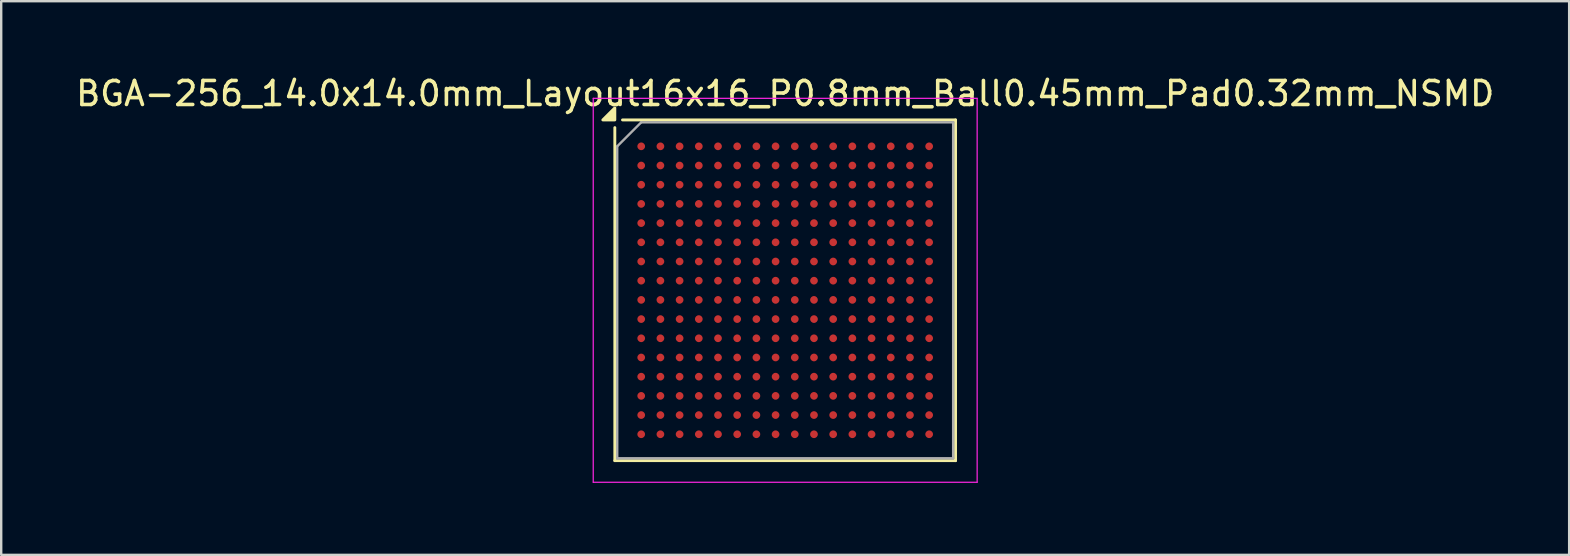
<source format=kicad_pcb>
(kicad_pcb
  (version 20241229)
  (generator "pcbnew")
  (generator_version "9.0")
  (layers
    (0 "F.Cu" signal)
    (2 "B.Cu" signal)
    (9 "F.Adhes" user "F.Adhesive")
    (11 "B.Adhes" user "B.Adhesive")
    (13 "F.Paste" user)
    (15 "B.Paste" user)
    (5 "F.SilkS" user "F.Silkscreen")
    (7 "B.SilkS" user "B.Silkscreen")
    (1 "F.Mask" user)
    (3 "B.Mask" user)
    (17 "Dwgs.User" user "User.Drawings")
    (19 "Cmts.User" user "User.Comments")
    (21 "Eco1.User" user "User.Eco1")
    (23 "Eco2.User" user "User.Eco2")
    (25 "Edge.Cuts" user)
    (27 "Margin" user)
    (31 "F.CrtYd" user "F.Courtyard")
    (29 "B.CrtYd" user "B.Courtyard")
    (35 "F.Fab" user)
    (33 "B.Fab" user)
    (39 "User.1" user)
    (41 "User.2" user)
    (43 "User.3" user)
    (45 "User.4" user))
  (footprint "BGA-256_14.0x14.0mm_Layout16x16_P0.8mm_Ball0.45mm_Pad0.32mm_NSMD"
    (layer "F.Cu")
    (at 29.673 9.048)
    (property "Reference" "BGA-256_14.0x14.0mm_Layout16x16_P0.8mm_Ball0.45mm_Pad0.32mm_NSMD" (at 0 -8.2 0) (layer "F.SilkS") (effects (font (size 1 1) (thickness 0.15))))
    (attr smd)
    (fp_line (start -7.1 -6.78) (end -7.1 7.1) (stroke (width 0.12) (type solid)) (layer "F.SilkS"))
    (fp_line (start -7.1 7.1) (end 7.1 7.1) (stroke (width 0.12) (type solid)) (layer "F.SilkS"))
    (fp_line (start 7.1 -7.1) (end -6.78 -7.1) (stroke (width 0.12) (type solid)) (layer "F.SilkS"))
    (fp_line (start 7.1 7.1) (end 7.1 -7.1) (stroke (width 0.12) (type solid)) (layer "F.SilkS"))
    (fp_poly (pts (xy -7.1 -7.1) (xy -7.6 -7.1) (xy -7.1 -7.6) (xy -7.1 -7.1)) (stroke (width 0.12) (type solid)) (fill yes) (layer "F.SilkS"))
    (fp_line (start -8 -8) (end -8 8) (stroke (width 0.05) (type solid)) (layer "F.CrtYd"))
    (fp_line (start -8 -8) (end 8 -8) (stroke (width 0.05) (type solid)) (layer "F.CrtYd"))
    (fp_line (start 8 8) (end -8 8) (stroke (width 0.05) (type solid)) (layer "F.CrtYd"))
    (fp_line (start 8 8) (end 8 -8) (stroke (width 0.05) (type solid)) (layer "F.CrtYd"))
    (fp_line (start -7 -6) (end -7 7) (stroke (width 0.1) (type solid)) (layer "F.Fab"))
    (fp_line (start -7 7) (end 7 7) (stroke (width 0.1) (type solid)) (layer "F.Fab"))
    (fp_line (start -6 -7) (end -7 -6) (stroke (width 0.1) (type solid)) (layer "F.Fab"))
    (fp_line (start 7 -7) (end -6 -7) (stroke (width 0.1) (type solid)) (layer "F.Fab"))
    (fp_line (start 7 7) (end 7 -7) (stroke (width 0.1) (type solid)) (layer "F.Fab"))
    (pad "A1" smd circle (at -6 -6) (size 0.32 0.32) (property pad_prop_bga) (layers "F.Cu" "F.Mask" "F.Paste"))
    (pad "A2" smd circle (at -5.2 -6) (size 0.32 0.32) (property pad_prop_bga) (layers "F.Cu" "F.Mask" "F.Paste"))
    (pad "A3" smd circle (at -4.4 -6) (size 0.32 0.32) (property pad_prop_bga) (layers "F.Cu" "F.Mask" "F.Paste"))
    (pad "A4" smd circle (at -3.6 -6) (size 0.32 0.32) (property pad_prop_bga) (layers "F.Cu" "F.Mask" "F.Paste"))
    (pad "A5" smd circle (at -2.8 -6) (size 0.32 0.32) (property pad_prop_bga) (layers "F.Cu" "F.Mask" "F.Paste"))
    (pad "A6" smd circle (at -2 -6) (size 0.32 0.32) (property pad_prop_bga) (layers "F.Cu" "F.Mask" "F.Paste"))
    (pad "A7" smd circle (at -1.2 -6) (size 0.32 0.32) (property pad_prop_bga) (layers "F.Cu" "F.Mask" "F.Paste"))
    (pad "A8" smd circle (at -0.4 -6) (size 0.32 0.32) (property pad_prop_bga) (layers "F.Cu" "F.Mask" "F.Paste"))
    (pad "A9" smd circle (at 0.4 -6) (size 0.32 0.32) (property pad_prop_bga) (layers "F.Cu" "F.Mask" "F.Paste"))
    (pad "A10" smd circle (at 1.2 -6) (size 0.32 0.32) (property pad_prop_bga) (layers "F.Cu" "F.Mask" "F.Paste"))
    (pad "A11" smd circle (at 2 -6) (size 0.32 0.32) (property pad_prop_bga) (layers "F.Cu" "F.Mask" "F.Paste"))
    (pad "A12" smd circle (at 2.8 -6) (size 0.32 0.32) (property pad_prop_bga) (layers "F.Cu" "F.Mask" "F.Paste"))
    (pad "A13" smd circle (at 3.6 -6) (size 0.32 0.32) (property pad_prop_bga) (layers "F.Cu" "F.Mask" "F.Paste"))
    (pad "A14" smd circle (at 4.4 -6) (size 0.32 0.32) (property pad_prop_bga) (layers "F.Cu" "F.Mask" "F.Paste"))
    (pad "A15" smd circle (at 5.2 -6) (size 0.32 0.32) (property pad_prop_bga) (layers "F.Cu" "F.Mask" "F.Paste"))
    (pad "A16" smd circle (at 6 -6) (size 0.32 0.32) (property pad_prop_bga) (layers "F.Cu" "F.Mask" "F.Paste"))
    (pad "B1" smd circle (at -6 -5.2) (size 0.32 0.32) (property pad_prop_bga) (layers "F.Cu" "F.Mask" "F.Paste"))
    (pad "B2" smd circle (at -5.2 -5.2) (size 0.32 0.32) (property pad_prop_bga) (layers "F.Cu" "F.Mask" "F.Paste"))
    (pad "B3" smd circle (at -4.4 -5.2) (size 0.32 0.32) (property pad_prop_bga) (layers "F.Cu" "F.Mask" "F.Paste"))
    (pad "B4" smd circle (at -3.6 -5.2) (size 0.32 0.32) (property pad_prop_bga) (layers "F.Cu" "F.Mask" "F.Paste"))
    (pad "B5" smd circle (at -2.8 -5.2) (size 0.32 0.32) (property pad_prop_bga) (layers "F.Cu" "F.Mask" "F.Paste"))
    (pad "B6" smd circle (at -2 -5.2) (size 0.32 0.32) (property pad_prop_bga) (layers "F.Cu" "F.Mask" "F.Paste"))
    (pad "B7" smd circle (at -1.2 -5.2) (size 0.32 0.32) (property pad_prop_bga) (layers "F.Cu" "F.Mask" "F.Paste"))
    (pad "B8" smd circle (at -0.4 -5.2) (size 0.32 0.32) (property pad_prop_bga) (layers "F.Cu" "F.Mask" "F.Paste"))
    (pad "B9" smd circle (at 0.4 -5.2) (size 0.32 0.32) (property pad_prop_bga) (layers "F.Cu" "F.Mask" "F.Paste"))
    (pad "B10" smd circle (at 1.2 -5.2) (size 0.32 0.32) (property pad_prop_bga) (layers "F.Cu" "F.Mask" "F.Paste"))
    (pad "B11" smd circle (at 2 -5.2) (size 0.32 0.32) (property pad_prop_bga) (layers "F.Cu" "F.Mask" "F.Paste"))
    (pad "B12" smd circle (at 2.8 -5.2) (size 0.32 0.32) (property pad_prop_bga) (layers "F.Cu" "F.Mask" "F.Paste"))
    (pad "B13" smd circle (at 3.6 -5.2) (size 0.32 0.32) (property pad_prop_bga) (layers "F.Cu" "F.Mask" "F.Paste"))
    (pad "B14" smd circle (at 4.4 -5.2) (size 0.32 0.32) (property pad_prop_bga) (layers "F.Cu" "F.Mask" "F.Paste"))
    (pad "B15" smd circle (at 5.2 -5.2) (size 0.32 0.32) (property pad_prop_bga) (layers "F.Cu" "F.Mask" "F.Paste"))
    (pad "B16" smd circle (at 6 -5.2) (size 0.32 0.32) (property pad_prop_bga) (layers "F.Cu" "F.Mask" "F.Paste"))
    (pad "C1" smd circle (at -6 -4.4) (size 0.32 0.32) (property pad_prop_bga) (layers "F.Cu" "F.Mask" "F.Paste"))
    (pad "C2" smd circle (at -5.2 -4.4) (size 0.32 0.32) (property pad_prop_bga) (layers "F.Cu" "F.Mask" "F.Paste"))
    (pad "C3" smd circle (at -4.4 -4.4) (size 0.32 0.32) (property pad_prop_bga) (layers "F.Cu" "F.Mask" "F.Paste"))
    (pad "C4" smd circle (at -3.6 -4.4) (size 0.32 0.32) (property pad_prop_bga) (layers "F.Cu" "F.Mask" "F.Paste"))
    (pad "C5" smd circle (at -2.8 -4.4) (size 0.32 0.32) (property pad_prop_bga) (layers "F.Cu" "F.Mask" "F.Paste"))
    (pad "C6" smd circle (at -2 -4.4) (size 0.32 0.32) (property pad_prop_bga) (layers "F.Cu" "F.Mask" "F.Paste"))
    (pad "C7" smd circle (at -1.2 -4.4) (size 0.32 0.32) (property pad_prop_bga) (layers "F.Cu" "F.Mask" "F.Paste"))
    (pad "C8" smd circle (at -0.4 -4.4) (size 0.32 0.32) (property pad_prop_bga) (layers "F.Cu" "F.Mask" "F.Paste"))
    (pad "C9" smd circle (at 0.4 -4.4) (size 0.32 0.32) (property pad_prop_bga) (layers "F.Cu" "F.Mask" "F.Paste"))
    (pad "C10" smd circle (at 1.2 -4.4) (size 0.32 0.32) (property pad_prop_bga) (layers "F.Cu" "F.Mask" "F.Paste"))
    (pad "C11" smd circle (at 2 -4.4) (size 0.32 0.32) (property pad_prop_bga) (layers "F.Cu" "F.Mask" "F.Paste"))
    (pad "C12" smd circle (at 2.8 -4.4) (size 0.32 0.32) (property pad_prop_bga) (layers "F.Cu" "F.Mask" "F.Paste"))
    (pad "C13" smd circle (at 3.6 -4.4) (size 0.32 0.32) (property pad_prop_bga) (layers "F.Cu" "F.Mask" "F.Paste"))
    (pad "C14" smd circle (at 4.4 -4.4) (size 0.32 0.32) (property pad_prop_bga) (layers "F.Cu" "F.Mask" "F.Paste"))
    (pad "C15" smd circle (at 5.2 -4.4) (size 0.32 0.32) (property pad_prop_bga) (layers "F.Cu" "F.Mask" "F.Paste"))
    (pad "C16" smd circle (at 6 -4.4) (size 0.32 0.32) (property pad_prop_bga) (layers "F.Cu" "F.Mask" "F.Paste"))
    (pad "D1" smd circle (at -6 -3.6) (size 0.32 0.32) (property pad_prop_bga) (layers "F.Cu" "F.Mask" "F.Paste"))
    (pad "D2" smd circle (at -5.2 -3.6) (size 0.32 0.32) (property pad_prop_bga) (layers "F.Cu" "F.Mask" "F.Paste"))
    (pad "D3" smd circle (at -4.4 -3.6) (size 0.32 0.32) (property pad_prop_bga) (layers "F.Cu" "F.Mask" "F.Paste"))
    (pad "D4" smd circle (at -3.6 -3.6) (size 0.32 0.32) (property pad_prop_bga) (layers "F.Cu" "F.Mask" "F.Paste"))
    (pad "D5" smd circle (at -2.8 -3.6) (size 0.32 0.32) (property pad_prop_bga) (layers "F.Cu" "F.Mask" "F.Paste"))
    (pad "D6" smd circle (at -2 -3.6) (size 0.32 0.32) (property pad_prop_bga) (layers "F.Cu" "F.Mask" "F.Paste"))
    (pad "D7" smd circle (at -1.2 -3.6) (size 0.32 0.32) (property pad_prop_bga) (layers "F.Cu" "F.Mask" "F.Paste"))
    (pad "D8" smd circle (at -0.4 -3.6) (size 0.32 0.32) (property pad_prop_bga) (layers "F.Cu" "F.Mask" "F.Paste"))
    (pad "D9" smd circle (at 0.4 -3.6) (size 0.32 0.32) (property pad_prop_bga) (layers "F.Cu" "F.Mask" "F.Paste"))
    (pad "D10" smd circle (at 1.2 -3.6) (size 0.32 0.32) (property pad_prop_bga) (layers "F.Cu" "F.Mask" "F.Paste"))
    (pad "D11" smd circle (at 2 -3.6) (size 0.32 0.32) (property pad_prop_bga) (layers "F.Cu" "F.Mask" "F.Paste"))
    (pad "D12" smd circle (at 2.8 -3.6) (size 0.32 0.32) (property pad_prop_bga) (layers "F.Cu" "F.Mask" "F.Paste"))
    (pad "D13" smd circle (at 3.6 -3.6) (size 0.32 0.32) (property pad_prop_bga) (layers "F.Cu" "F.Mask" "F.Paste"))
    (pad "D14" smd circle (at 4.4 -3.6) (size 0.32 0.32) (property pad_prop_bga) (layers "F.Cu" "F.Mask" "F.Paste"))
    (pad "D15" smd circle (at 5.2 -3.6) (size 0.32 0.32) (property pad_prop_bga) (layers "F.Cu" "F.Mask" "F.Paste"))
    (pad "D16" smd circle (at 6 -3.6) (size 0.32 0.32) (property pad_prop_bga) (layers "F.Cu" "F.Mask" "F.Paste"))
    (pad "E1" smd circle (at -6 -2.8) (size 0.32 0.32) (property pad_prop_bga) (layers "F.Cu" "F.Mask" "F.Paste"))
    (pad "E2" smd circle (at -5.2 -2.8) (size 0.32 0.32) (property pad_prop_bga) (layers "F.Cu" "F.Mask" "F.Paste"))
    (pad "E3" smd circle (at -4.4 -2.8) (size 0.32 0.32) (property pad_prop_bga) (layers "F.Cu" "F.Mask" "F.Paste"))
    (pad "E4" smd circle (at -3.6 -2.8) (size 0.32 0.32) (property pad_prop_bga) (layers "F.Cu" "F.Mask" "F.Paste"))
    (pad "E5" smd circle (at -2.8 -2.8) (size 0.32 0.32) (property pad_prop_bga) (layers "F.Cu" "F.Mask" "F.Paste"))
    (pad "E6" smd circle (at -2 -2.8) (size 0.32 0.32) (property pad_prop_bga) (layers "F.Cu" "F.Mask" "F.Paste"))
    (pad "E7" smd circle (at -1.2 -2.8) (size 0.32 0.32) (property pad_prop_bga) (layers "F.Cu" "F.Mask" "F.Paste"))
    (pad "E8" smd circle (at -0.4 -2.8) (size 0.32 0.32) (property pad_prop_bga) (layers "F.Cu" "F.Mask" "F.Paste"))
    (pad "E9" smd circle (at 0.4 -2.8) (size 0.32 0.32) (property pad_prop_bga) (layers "F.Cu" "F.Mask" "F.Paste"))
    (pad "E10" smd circle (at 1.2 -2.8) (size 0.32 0.32) (property pad_prop_bga) (layers "F.Cu" "F.Mask" "F.Paste"))
    (pad "E11" smd circle (at 2 -2.8) (size 0.32 0.32) (property pad_prop_bga) (layers "F.Cu" "F.Mask" "F.Paste"))
    (pad "E12" smd circle (at 2.8 -2.8) (size 0.32 0.32) (property pad_prop_bga) (layers "F.Cu" "F.Mask" "F.Paste"))
    (pad "E13" smd circle (at 3.6 -2.8) (size 0.32 0.32) (property pad_prop_bga) (layers "F.Cu" "F.Mask" "F.Paste"))
    (pad "E14" smd circle (at 4.4 -2.8) (size 0.32 0.32) (property pad_prop_bga) (layers "F.Cu" "F.Mask" "F.Paste"))
    (pad "E15" smd circle (at 5.2 -2.8) (size 0.32 0.32) (property pad_prop_bga) (layers "F.Cu" "F.Mask" "F.Paste"))
    (pad "E16" smd circle (at 6 -2.8) (size 0.32 0.32) (property pad_prop_bga) (layers "F.Cu" "F.Mask" "F.Paste"))
    (pad "F1" smd circle (at -6 -2) (size 0.32 0.32) (property pad_prop_bga) (layers "F.Cu" "F.Mask" "F.Paste"))
    (pad "F2" smd circle (at -5.2 -2) (size 0.32 0.32) (property pad_prop_bga) (layers "F.Cu" "F.Mask" "F.Paste"))
    (pad "F3" smd circle (at -4.4 -2) (size 0.32 0.32) (property pad_prop_bga) (layers "F.Cu" "F.Mask" "F.Paste"))
    (pad "F4" smd circle (at -3.6 -2) (size 0.32 0.32) (property pad_prop_bga) (layers "F.Cu" "F.Mask" "F.Paste"))
    (pad "F5" smd circle (at -2.8 -2) (size 0.32 0.32) (property pad_prop_bga) (layers "F.Cu" "F.Mask" "F.Paste"))
    (pad "F6" smd circle (at -2 -2) (size 0.32 0.32) (property pad_prop_bga) (layers "F.Cu" "F.Mask" "F.Paste"))
    (pad "F7" smd circle (at -1.2 -2) (size 0.32 0.32) (property pad_prop_bga) (layers "F.Cu" "F.Mask" "F.Paste"))
    (pad "F8" smd circle (at -0.4 -2) (size 0.32 0.32) (property pad_prop_bga) (layers "F.Cu" "F.Mask" "F.Paste"))
    (pad "F9" smd circle (at 0.4 -2) (size 0.32 0.32) (property pad_prop_bga) (layers "F.Cu" "F.Mask" "F.Paste"))
    (pad "F10" smd circle (at 1.2 -2) (size 0.32 0.32) (property pad_prop_bga) (layers "F.Cu" "F.Mask" "F.Paste"))
    (pad "F11" smd circle (at 2 -2) (size 0.32 0.32) (property pad_prop_bga) (layers "F.Cu" "F.Mask" "F.Paste"))
    (pad "F12" smd circle (at 2.8 -2) (size 0.32 0.32) (property pad_prop_bga) (layers "F.Cu" "F.Mask" "F.Paste"))
    (pad "F13" smd circle (at 3.6 -2) (size 0.32 0.32) (property pad_prop_bga) (layers "F.Cu" "F.Mask" "F.Paste"))
    (pad "F14" smd circle (at 4.4 -2) (size 0.32 0.32) (property pad_prop_bga) (layers "F.Cu" "F.Mask" "F.Paste"))
    (pad "F15" smd circle (at 5.2 -2) (size 0.32 0.32) (property pad_prop_bga) (layers "F.Cu" "F.Mask" "F.Paste"))
    (pad "F16" smd circle (at 6 -2) (size 0.32 0.32) (property pad_prop_bga) (layers "F.Cu" "F.Mask" "F.Paste"))
    (pad "G1" smd circle (at -6 -1.2) (size 0.32 0.32) (property pad_prop_bga) (layers "F.Cu" "F.Mask" "F.Paste"))
    (pad "G2" smd circle (at -5.2 -1.2) (size 0.32 0.32) (property pad_prop_bga) (layers "F.Cu" "F.Mask" "F.Paste"))
    (pad "G3" smd circle (at -4.4 -1.2) (size 0.32 0.32) (property pad_prop_bga) (layers "F.Cu" "F.Mask" "F.Paste"))
    (pad "G4" smd circle (at -3.6 -1.2) (size 0.32 0.32) (property pad_prop_bga) (layers "F.Cu" "F.Mask" "F.Paste"))
    (pad "G5" smd circle (at -2.8 -1.2) (size 0.32 0.32) (property pad_prop_bga) (layers "F.Cu" "F.Mask" "F.Paste"))
    (pad "G6" smd circle (at -2 -1.2) (size 0.32 0.32) (property pad_prop_bga) (layers "F.Cu" "F.Mask" "F.Paste"))
    (pad "G7" smd circle (at -1.2 -1.2) (size 0.32 0.32) (property pad_prop_bga) (layers "F.Cu" "F.Mask" "F.Paste"))
    (pad "G8" smd circle (at -0.4 -1.2) (size 0.32 0.32) (property pad_prop_bga) (layers "F.Cu" "F.Mask" "F.Paste"))
    (pad "G9" smd circle (at 0.4 -1.2) (size 0.32 0.32) (property pad_prop_bga) (layers "F.Cu" "F.Mask" "F.Paste"))
    (pad "G10" smd circle (at 1.2 -1.2) (size 0.32 0.32) (property pad_prop_bga) (layers "F.Cu" "F.Mask" "F.Paste"))
    (pad "G11" smd circle (at 2 -1.2) (size 0.32 0.32) (property pad_prop_bga) (layers "F.Cu" "F.Mask" "F.Paste"))
    (pad "G12" smd circle (at 2.8 -1.2) (size 0.32 0.32) (property pad_prop_bga) (layers "F.Cu" "F.Mask" "F.Paste"))
    (pad "G13" smd circle (at 3.6 -1.2) (size 0.32 0.32) (property pad_prop_bga) (layers "F.Cu" "F.Mask" "F.Paste"))
    (pad "G14" smd circle (at 4.4 -1.2) (size 0.32 0.32) (property pad_prop_bga) (layers "F.Cu" "F.Mask" "F.Paste"))
    (pad "G15" smd circle (at 5.2 -1.2) (size 0.32 0.32) (property pad_prop_bga) (layers "F.Cu" "F.Mask" "F.Paste"))
    (pad "G16" smd circle (at 6 -1.2) (size 0.32 0.32) (property pad_prop_bga) (layers "F.Cu" "F.Mask" "F.Paste"))
    (pad "H1" smd circle (at -6 -0.4) (size 0.32 0.32) (property pad_prop_bga) (layers "F.Cu" "F.Mask" "F.Paste"))
    (pad "H2" smd circle (at -5.2 -0.4) (size 0.32 0.32) (property pad_prop_bga) (layers "F.Cu" "F.Mask" "F.Paste"))
    (pad "H3" smd circle (at -4.4 -0.4) (size 0.32 0.32) (property pad_prop_bga) (layers "F.Cu" "F.Mask" "F.Paste"))
    (pad "H4" smd circle (at -3.6 -0.4) (size 0.32 0.32) (property pad_prop_bga) (layers "F.Cu" "F.Mask" "F.Paste"))
    (pad "H5" smd circle (at -2.8 -0.4) (size 0.32 0.32) (property pad_prop_bga) (layers "F.Cu" "F.Mask" "F.Paste"))
    (pad "H6" smd circle (at -2 -0.4) (size 0.32 0.32) (property pad_prop_bga) (layers "F.Cu" "F.Mask" "F.Paste"))
    (pad "H7" smd circle (at -1.2 -0.4) (size 0.32 0.32) (property pad_prop_bga) (layers "F.Cu" "F.Mask" "F.Paste"))
    (pad "H8" smd circle (at -0.4 -0.4) (size 0.32 0.32) (property pad_prop_bga) (layers "F.Cu" "F.Mask" "F.Paste"))
    (pad "H9" smd circle (at 0.4 -0.4) (size 0.32 0.32) (property pad_prop_bga) (layers "F.Cu" "F.Mask" "F.Paste"))
    (pad "H10" smd circle (at 1.2 -0.4) (size 0.32 0.32) (property pad_prop_bga) (layers "F.Cu" "F.Mask" "F.Paste"))
    (pad "H11" smd circle (at 2 -0.4) (size 0.32 0.32) (property pad_prop_bga) (layers "F.Cu" "F.Mask" "F.Paste"))
    (pad "H12" smd circle (at 2.8 -0.4) (size 0.32 0.32) (property pad_prop_bga) (layers "F.Cu" "F.Mask" "F.Paste"))
    (pad "H13" smd circle (at 3.6 -0.4) (size 0.32 0.32) (property pad_prop_bga) (layers "F.Cu" "F.Mask" "F.Paste"))
    (pad "H14" smd circle (at 4.4 -0.4) (size 0.32 0.32) (property pad_prop_bga) (layers "F.Cu" "F.Mask" "F.Paste"))
    (pad "H15" smd circle (at 5.2 -0.4) (size 0.32 0.32) (property pad_prop_bga) (layers "F.Cu" "F.Mask" "F.Paste"))
    (pad "H16" smd circle (at 6 -0.4) (size 0.32 0.32) (property pad_prop_bga) (layers "F.Cu" "F.Mask" "F.Paste"))
    (pad "J1" smd circle (at -6 0.4) (size 0.32 0.32) (property pad_prop_bga) (layers "F.Cu" "F.Mask" "F.Paste"))
    (pad "J2" smd circle (at -5.2 0.4) (size 0.32 0.32) (property pad_prop_bga) (layers "F.Cu" "F.Mask" "F.Paste"))
    (pad "J3" smd circle (at -4.4 0.4) (size 0.32 0.32) (property pad_prop_bga) (layers "F.Cu" "F.Mask" "F.Paste"))
    (pad "J4" smd circle (at -3.6 0.4) (size 0.32 0.32) (property pad_prop_bga) (layers "F.Cu" "F.Mask" "F.Paste"))
    (pad "J5" smd circle (at -2.8 0.4) (size 0.32 0.32) (property pad_prop_bga) (layers "F.Cu" "F.Mask" "F.Paste"))
    (pad "J6" smd circle (at -2 0.4) (size 0.32 0.32) (property pad_prop_bga) (layers "F.Cu" "F.Mask" "F.Paste"))
    (pad "J7" smd circle (at -1.2 0.4) (size 0.32 0.32) (property pad_prop_bga) (layers "F.Cu" "F.Mask" "F.Paste"))
    (pad "J8" smd circle (at -0.4 0.4) (size 0.32 0.32) (property pad_prop_bga) (layers "F.Cu" "F.Mask" "F.Paste"))
    (pad "J9" smd circle (at 0.4 0.4) (size 0.32 0.32) (property pad_prop_bga) (layers "F.Cu" "F.Mask" "F.Paste"))
    (pad "J10" smd circle (at 1.2 0.4) (size 0.32 0.32) (property pad_prop_bga) (layers "F.Cu" "F.Mask" "F.Paste"))
    (pad "J11" smd circle (at 2 0.4) (size 0.32 0.32) (property pad_prop_bga) (layers "F.Cu" "F.Mask" "F.Paste"))
    (pad "J12" smd circle (at 2.8 0.4) (size 0.32 0.32) (property pad_prop_bga) (layers "F.Cu" "F.Mask" "F.Paste"))
    (pad "J13" smd circle (at 3.6 0.4) (size 0.32 0.32) (property pad_prop_bga) (layers "F.Cu" "F.Mask" "F.Paste"))
    (pad "J14" smd circle (at 4.4 0.4) (size 0.32 0.32) (property pad_prop_bga) (layers "F.Cu" "F.Mask" "F.Paste"))
    (pad "J15" smd circle (at 5.2 0.4) (size 0.32 0.32) (property pad_prop_bga) (layers "F.Cu" "F.Mask" "F.Paste"))
    (pad "J16" smd circle (at 6 0.4) (size 0.32 0.32) (property pad_prop_bga) (layers "F.Cu" "F.Mask" "F.Paste"))
    (pad "K1" smd circle (at -6 1.2) (size 0.32 0.32) (property pad_prop_bga) (layers "F.Cu" "F.Mask" "F.Paste"))
    (pad "K2" smd circle (at -5.2 1.2) (size 0.32 0.32) (property pad_prop_bga) (layers "F.Cu" "F.Mask" "F.Paste"))
    (pad "K3" smd circle (at -4.4 1.2) (size 0.32 0.32) (property pad_prop_bga) (layers "F.Cu" "F.Mask" "F.Paste"))
    (pad "K4" smd circle (at -3.6 1.2) (size 0.32 0.32) (property pad_prop_bga) (layers "F.Cu" "F.Mask" "F.Paste"))
    (pad "K5" smd circle (at -2.8 1.2) (size 0.32 0.32) (property pad_prop_bga) (layers "F.Cu" "F.Mask" "F.Paste"))
    (pad "K6" smd circle (at -2 1.2) (size 0.32 0.32) (property pad_prop_bga) (layers "F.Cu" "F.Mask" "F.Paste"))
    (pad "K7" smd circle (at -1.2 1.2) (size 0.32 0.32) (property pad_prop_bga) (layers "F.Cu" "F.Mask" "F.Paste"))
    (pad "K8" smd circle (at -0.4 1.2) (size 0.32 0.32) (property pad_prop_bga) (layers "F.Cu" "F.Mask" "F.Paste"))
    (pad "K9" smd circle (at 0.4 1.2) (size 0.32 0.32) (property pad_prop_bga) (layers "F.Cu" "F.Mask" "F.Paste"))
    (pad "K10" smd circle (at 1.2 1.2) (size 0.32 0.32) (property pad_prop_bga) (layers "F.Cu" "F.Mask" "F.Paste"))
    (pad "K11" smd circle (at 2 1.2) (size 0.32 0.32) (property pad_prop_bga) (layers "F.Cu" "F.Mask" "F.Paste"))
    (pad "K12" smd circle (at 2.8 1.2) (size 0.32 0.32) (property pad_prop_bga) (layers "F.Cu" "F.Mask" "F.Paste"))
    (pad "K13" smd circle (at 3.6 1.2) (size 0.32 0.32) (property pad_prop_bga) (layers "F.Cu" "F.Mask" "F.Paste"))
    (pad "K14" smd circle (at 4.4 1.2) (size 0.32 0.32) (property pad_prop_bga) (layers "F.Cu" "F.Mask" "F.Paste"))
    (pad "K15" smd circle (at 5.2 1.2) (size 0.32 0.32) (property pad_prop_bga) (layers "F.Cu" "F.Mask" "F.Paste"))
    (pad "K16" smd circle (at 6 1.2) (size 0.32 0.32) (property pad_prop_bga) (layers "F.Cu" "F.Mask" "F.Paste"))
    (pad "L1" smd circle (at -6 2) (size 0.32 0.32) (property pad_prop_bga) (layers "F.Cu" "F.Mask" "F.Paste"))
    (pad "L2" smd circle (at -5.2 2) (size 0.32 0.32) (property pad_prop_bga) (layers "F.Cu" "F.Mask" "F.Paste"))
    (pad "L3" smd circle (at -4.4 2) (size 0.32 0.32) (property pad_prop_bga) (layers "F.Cu" "F.Mask" "F.Paste"))
    (pad "L4" smd circle (at -3.6 2) (size 0.32 0.32) (property pad_prop_bga) (layers "F.Cu" "F.Mask" "F.Paste"))
    (pad "L5" smd circle (at -2.8 2) (size 0.32 0.32) (property pad_prop_bga) (layers "F.Cu" "F.Mask" "F.Paste"))
    (pad "L6" smd circle (at -2 2) (size 0.32 0.32) (property pad_prop_bga) (layers "F.Cu" "F.Mask" "F.Paste"))
    (pad "L7" smd circle (at -1.2 2) (size 0.32 0.32) (property pad_prop_bga) (layers "F.Cu" "F.Mask" "F.Paste"))
    (pad "L8" smd circle (at -0.4 2) (size 0.32 0.32) (property pad_prop_bga) (layers "F.Cu" "F.Mask" "F.Paste"))
    (pad "L9" smd circle (at 0.4 2) (size 0.32 0.32) (property pad_prop_bga) (layers "F.Cu" "F.Mask" "F.Paste"))
    (pad "L10" smd circle (at 1.2 2) (size 0.32 0.32) (property pad_prop_bga) (layers "F.Cu" "F.Mask" "F.Paste"))
    (pad "L11" smd circle (at 2 2) (size 0.32 0.32) (property pad_prop_bga) (layers "F.Cu" "F.Mask" "F.Paste"))
    (pad "L12" smd circle (at 2.8 2) (size 0.32 0.32) (property pad_prop_bga) (layers "F.Cu" "F.Mask" "F.Paste"))
    (pad "L13" smd circle (at 3.6 2) (size 0.32 0.32) (property pad_prop_bga) (layers "F.Cu" "F.Mask" "F.Paste"))
    (pad "L14" smd circle (at 4.4 2) (size 0.32 0.32) (property pad_prop_bga) (layers "F.Cu" "F.Mask" "F.Paste"))
    (pad "L15" smd circle (at 5.2 2) (size 0.32 0.32) (property pad_prop_bga) (layers "F.Cu" "F.Mask" "F.Paste"))
    (pad "L16" smd circle (at 6 2) (size 0.32 0.32) (property pad_prop_bga) (layers "F.Cu" "F.Mask" "F.Paste"))
    (pad "M1" smd circle (at -6 2.8) (size 0.32 0.32) (property pad_prop_bga) (layers "F.Cu" "F.Mask" "F.Paste"))
    (pad "M2" smd circle (at -5.2 2.8) (size 0.32 0.32) (property pad_prop_bga) (layers "F.Cu" "F.Mask" "F.Paste"))
    (pad "M3" smd circle (at -4.4 2.8) (size 0.32 0.32) (property pad_prop_bga) (layers "F.Cu" "F.Mask" "F.Paste"))
    (pad "M4" smd circle (at -3.6 2.8) (size 0.32 0.32) (property pad_prop_bga) (layers "F.Cu" "F.Mask" "F.Paste"))
    (pad "M5" smd circle (at -2.8 2.8) (size 0.32 0.32) (property pad_prop_bga) (layers "F.Cu" "F.Mask" "F.Paste"))
    (pad "M6" smd circle (at -2 2.8) (size 0.32 0.32) (property pad_prop_bga) (layers "F.Cu" "F.Mask" "F.Paste"))
    (pad "M7" smd circle (at -1.2 2.8) (size 0.32 0.32) (property pad_prop_bga) (layers "F.Cu" "F.Mask" "F.Paste"))
    (pad "M8" smd circle (at -0.4 2.8) (size 0.32 0.32) (property pad_prop_bga) (layers "F.Cu" "F.Mask" "F.Paste"))
    (pad "M9" smd circle (at 0.4 2.8) (size 0.32 0.32) (property pad_prop_bga) (layers "F.Cu" "F.Mask" "F.Paste"))
    (pad "M10" smd circle (at 1.2 2.8) (size 0.32 0.32) (property pad_prop_bga) (layers "F.Cu" "F.Mask" "F.Paste"))
    (pad "M11" smd circle (at 2 2.8) (size 0.32 0.32) (property pad_prop_bga) (layers "F.Cu" "F.Mask" "F.Paste"))
    (pad "M12" smd circle (at 2.8 2.8) (size 0.32 0.32) (property pad_prop_bga) (layers "F.Cu" "F.Mask" "F.Paste"))
    (pad "M13" smd circle (at 3.6 2.8) (size 0.32 0.32) (property pad_prop_bga) (layers "F.Cu" "F.Mask" "F.Paste"))
    (pad "M14" smd circle (at 4.4 2.8) (size 0.32 0.32) (property pad_prop_bga) (layers "F.Cu" "F.Mask" "F.Paste"))
    (pad "M15" smd circle (at 5.2 2.8) (size 0.32 0.32) (property pad_prop_bga) (layers "F.Cu" "F.Mask" "F.Paste"))
    (pad "M16" smd circle (at 6 2.8) (size 0.32 0.32) (property pad_prop_bga) (layers "F.Cu" "F.Mask" "F.Paste"))
    (pad "N1" smd circle (at -6 3.6) (size 0.32 0.32) (property pad_prop_bga) (layers "F.Cu" "F.Mask" "F.Paste"))
    (pad "N2" smd circle (at -5.2 3.6) (size 0.32 0.32) (property pad_prop_bga) (layers "F.Cu" "F.Mask" "F.Paste"))
    (pad "N3" smd circle (at -4.4 3.6) (size 0.32 0.32) (property pad_prop_bga) (layers "F.Cu" "F.Mask" "F.Paste"))
    (pad "N4" smd circle (at -3.6 3.6) (size 0.32 0.32) (property pad_prop_bga) (layers "F.Cu" "F.Mask" "F.Paste"))
    (pad "N5" smd circle (at -2.8 3.6) (size 0.32 0.32) (property pad_prop_bga) (layers "F.Cu" "F.Mask" "F.Paste"))
    (pad "N6" smd circle (at -2 3.6) (size 0.32 0.32) (property pad_prop_bga) (layers "F.Cu" "F.Mask" "F.Paste"))
    (pad "N7" smd circle (at -1.2 3.6) (size 0.32 0.32) (property pad_prop_bga) (layers "F.Cu" "F.Mask" "F.Paste"))
    (pad "N8" smd circle (at -0.4 3.6) (size 0.32 0.32) (property pad_prop_bga) (layers "F.Cu" "F.Mask" "F.Paste"))
    (pad "N9" smd circle (at 0.4 3.6) (size 0.32 0.32) (property pad_prop_bga) (layers "F.Cu" "F.Mask" "F.Paste"))
    (pad "N10" smd circle (at 1.2 3.6) (size 0.32 0.32) (property pad_prop_bga) (layers "F.Cu" "F.Mask" "F.Paste"))
    (pad "N11" smd circle (at 2 3.6) (size 0.32 0.32) (property pad_prop_bga) (layers "F.Cu" "F.Mask" "F.Paste"))
    (pad "N12" smd circle (at 2.8 3.6) (size 0.32 0.32) (property pad_prop_bga) (layers "F.Cu" "F.Mask" "F.Paste"))
    (pad "N13" smd circle (at 3.6 3.6) (size 0.32 0.32) (property pad_prop_bga) (layers "F.Cu" "F.Mask" "F.Paste"))
    (pad "N14" smd circle (at 4.4 3.6) (size 0.32 0.32) (property pad_prop_bga) (layers "F.Cu" "F.Mask" "F.Paste"))
    (pad "N15" smd circle (at 5.2 3.6) (size 0.32 0.32) (property pad_prop_bga) (layers "F.Cu" "F.Mask" "F.Paste"))
    (pad "N16" smd circle (at 6 3.6) (size 0.32 0.32) (property pad_prop_bga) (layers "F.Cu" "F.Mask" "F.Paste"))
    (pad "P1" smd circle (at -6 4.4) (size 0.32 0.32) (property pad_prop_bga) (layers "F.Cu" "F.Mask" "F.Paste"))
    (pad "P2" smd circle (at -5.2 4.4) (size 0.32 0.32) (property pad_prop_bga) (layers "F.Cu" "F.Mask" "F.Paste"))
    (pad "P3" smd circle (at -4.4 4.4) (size 0.32 0.32) (property pad_prop_bga) (layers "F.Cu" "F.Mask" "F.Paste"))
    (pad "P4" smd circle (at -3.6 4.4) (size 0.32 0.32) (property pad_prop_bga) (layers "F.Cu" "F.Mask" "F.Paste"))
    (pad "P5" smd circle (at -2.8 4.4) (size 0.32 0.32) (property pad_prop_bga) (layers "F.Cu" "F.Mask" "F.Paste"))
    (pad "P6" smd circle (at -2 4.4) (size 0.32 0.32) (property pad_prop_bga) (layers "F.Cu" "F.Mask" "F.Paste"))
    (pad "P7" smd circle (at -1.2 4.4) (size 0.32 0.32) (property pad_prop_bga) (layers "F.Cu" "F.Mask" "F.Paste"))
    (pad "P8" smd circle (at -0.4 4.4) (size 0.32 0.32) (property pad_prop_bga) (layers "F.Cu" "F.Mask" "F.Paste"))
    (pad "P9" smd circle (at 0.4 4.4) (size 0.32 0.32) (property pad_prop_bga) (layers "F.Cu" "F.Mask" "F.Paste"))
    (pad "P10" smd circle (at 1.2 4.4) (size 0.32 0.32) (property pad_prop_bga) (layers "F.Cu" "F.Mask" "F.Paste"))
    (pad "P11" smd circle (at 2 4.4) (size 0.32 0.32) (property pad_prop_bga) (layers "F.Cu" "F.Mask" "F.Paste"))
    (pad "P12" smd circle (at 2.8 4.4) (size 0.32 0.32) (property pad_prop_bga) (layers "F.Cu" "F.Mask" "F.Paste"))
    (pad "P13" smd circle (at 3.6 4.4) (size 0.32 0.32) (property pad_prop_bga) (layers "F.Cu" "F.Mask" "F.Paste"))
    (pad "P14" smd circle (at 4.4 4.4) (size 0.32 0.32) (property pad_prop_bga) (layers "F.Cu" "F.Mask" "F.Paste"))
    (pad "P15" smd circle (at 5.2 4.4) (size 0.32 0.32) (property pad_prop_bga) (layers "F.Cu" "F.Mask" "F.Paste"))
    (pad "P16" smd circle (at 6 4.4) (size 0.32 0.32) (property pad_prop_bga) (layers "F.Cu" "F.Mask" "F.Paste"))
    (pad "R1" smd circle (at -6 5.2) (size 0.32 0.32) (property pad_prop_bga) (layers "F.Cu" "F.Mask" "F.Paste"))
    (pad "R2" smd circle (at -5.2 5.2) (size 0.32 0.32) (property pad_prop_bga) (layers "F.Cu" "F.Mask" "F.Paste"))
    (pad "R3" smd circle (at -4.4 5.2) (size 0.32 0.32) (property pad_prop_bga) (layers "F.Cu" "F.Mask" "F.Paste"))
    (pad "R4" smd circle (at -3.6 5.2) (size 0.32 0.32) (property pad_prop_bga) (layers "F.Cu" "F.Mask" "F.Paste"))
    (pad "R5" smd circle (at -2.8 5.2) (size 0.32 0.32) (property pad_prop_bga) (layers "F.Cu" "F.Mask" "F.Paste"))
    (pad "R6" smd circle (at -2 5.2) (size 0.32 0.32) (property pad_prop_bga) (layers "F.Cu" "F.Mask" "F.Paste"))
    (pad "R7" smd circle (at -1.2 5.2) (size 0.32 0.32) (property pad_prop_bga) (layers "F.Cu" "F.Mask" "F.Paste"))
    (pad "R8" smd circle (at -0.4 5.2) (size 0.32 0.32) (property pad_prop_bga) (layers "F.Cu" "F.Mask" "F.Paste"))
    (pad "R9" smd circle (at 0.4 5.2) (size 0.32 0.32) (property pad_prop_bga) (layers "F.Cu" "F.Mask" "F.Paste"))
    (pad "R10" smd circle (at 1.2 5.2) (size 0.32 0.32) (property pad_prop_bga) (layers "F.Cu" "F.Mask" "F.Paste"))
    (pad "R11" smd circle (at 2 5.2) (size 0.32 0.32) (property pad_prop_bga) (layers "F.Cu" "F.Mask" "F.Paste"))
    (pad "R12" smd circle (at 2.8 5.2) (size 0.32 0.32) (property pad_prop_bga) (layers "F.Cu" "F.Mask" "F.Paste"))
    (pad "R13" smd circle (at 3.6 5.2) (size 0.32 0.32) (property pad_prop_bga) (layers "F.Cu" "F.Mask" "F.Paste"))
    (pad "R14" smd circle (at 4.4 5.2) (size 0.32 0.32) (property pad_prop_bga) (layers "F.Cu" "F.Mask" "F.Paste"))
    (pad "R15" smd circle (at 5.2 5.2) (size 0.32 0.32) (property pad_prop_bga) (layers "F.Cu" "F.Mask" "F.Paste"))
    (pad "R16" smd circle (at 6 5.2) (size 0.32 0.32) (property pad_prop_bga) (layers "F.Cu" "F.Mask" "F.Paste"))
    (pad "T1" smd circle (at -6 6) (size 0.32 0.32) (property pad_prop_bga) (layers "F.Cu" "F.Mask" "F.Paste"))
    (pad "T2" smd circle (at -5.2 6) (size 0.32 0.32) (property pad_prop_bga) (layers "F.Cu" "F.Mask" "F.Paste"))
    (pad "T3" smd circle (at -4.4 6) (size 0.32 0.32) (property pad_prop_bga) (layers "F.Cu" "F.Mask" "F.Paste"))
    (pad "T4" smd circle (at -3.6 6) (size 0.32 0.32) (property pad_prop_bga) (layers "F.Cu" "F.Mask" "F.Paste"))
    (pad "T5" smd circle (at -2.8 6) (size 0.32 0.32) (property pad_prop_bga) (layers "F.Cu" "F.Mask" "F.Paste"))
    (pad "T6" smd circle (at -2 6) (size 0.32 0.32) (property pad_prop_bga) (layers "F.Cu" "F.Mask" "F.Paste"))
    (pad "T7" smd circle (at -1.2 6) (size 0.32 0.32) (property pad_prop_bga) (layers "F.Cu" "F.Mask" "F.Paste"))
    (pad "T8" smd circle (at -0.4 6) (size 0.32 0.32) (property pad_prop_bga) (layers "F.Cu" "F.Mask" "F.Paste"))
    (pad "T9" smd circle (at 0.4 6) (size 0.32 0.32) (property pad_prop_bga) (layers "F.Cu" "F.Mask" "F.Paste"))
    (pad "T10" smd circle (at 1.2 6) (size 0.32 0.32) (property pad_prop_bga) (layers "F.Cu" "F.Mask" "F.Paste"))
    (pad "T11" smd circle (at 2 6) (size 0.32 0.32) (property pad_prop_bga) (layers "F.Cu" "F.Mask" "F.Paste"))
    (pad "T12" smd circle (at 2.8 6) (size 0.32 0.32) (property pad_prop_bga) (layers "F.Cu" "F.Mask" "F.Paste"))
    (pad "T13" smd circle (at 3.6 6) (size 0.32 0.32) (property pad_prop_bga) (layers "F.Cu" "F.Mask" "F.Paste"))
    (pad "T14" smd circle (at 4.4 6) (size 0.32 0.32) (property pad_prop_bga) (layers "F.Cu" "F.Mask" "F.Paste"))
    (pad "T15" smd circle (at 5.2 6) (size 0.32 0.32) (property pad_prop_bga) (layers "F.Cu" "F.Mask" "F.Paste"))
    (pad "T16" smd circle (at 6 6) (size 0.32 0.32) (property pad_prop_bga) (layers "F.Cu" "F.Mask" "F.Paste")))
  (gr_rect
    (start -3 -3)
    (end 62.345 20.073)
    (stroke (width 0.1) (type default))
    (fill no)
    (layer "Edge.Cuts")))
</source>
